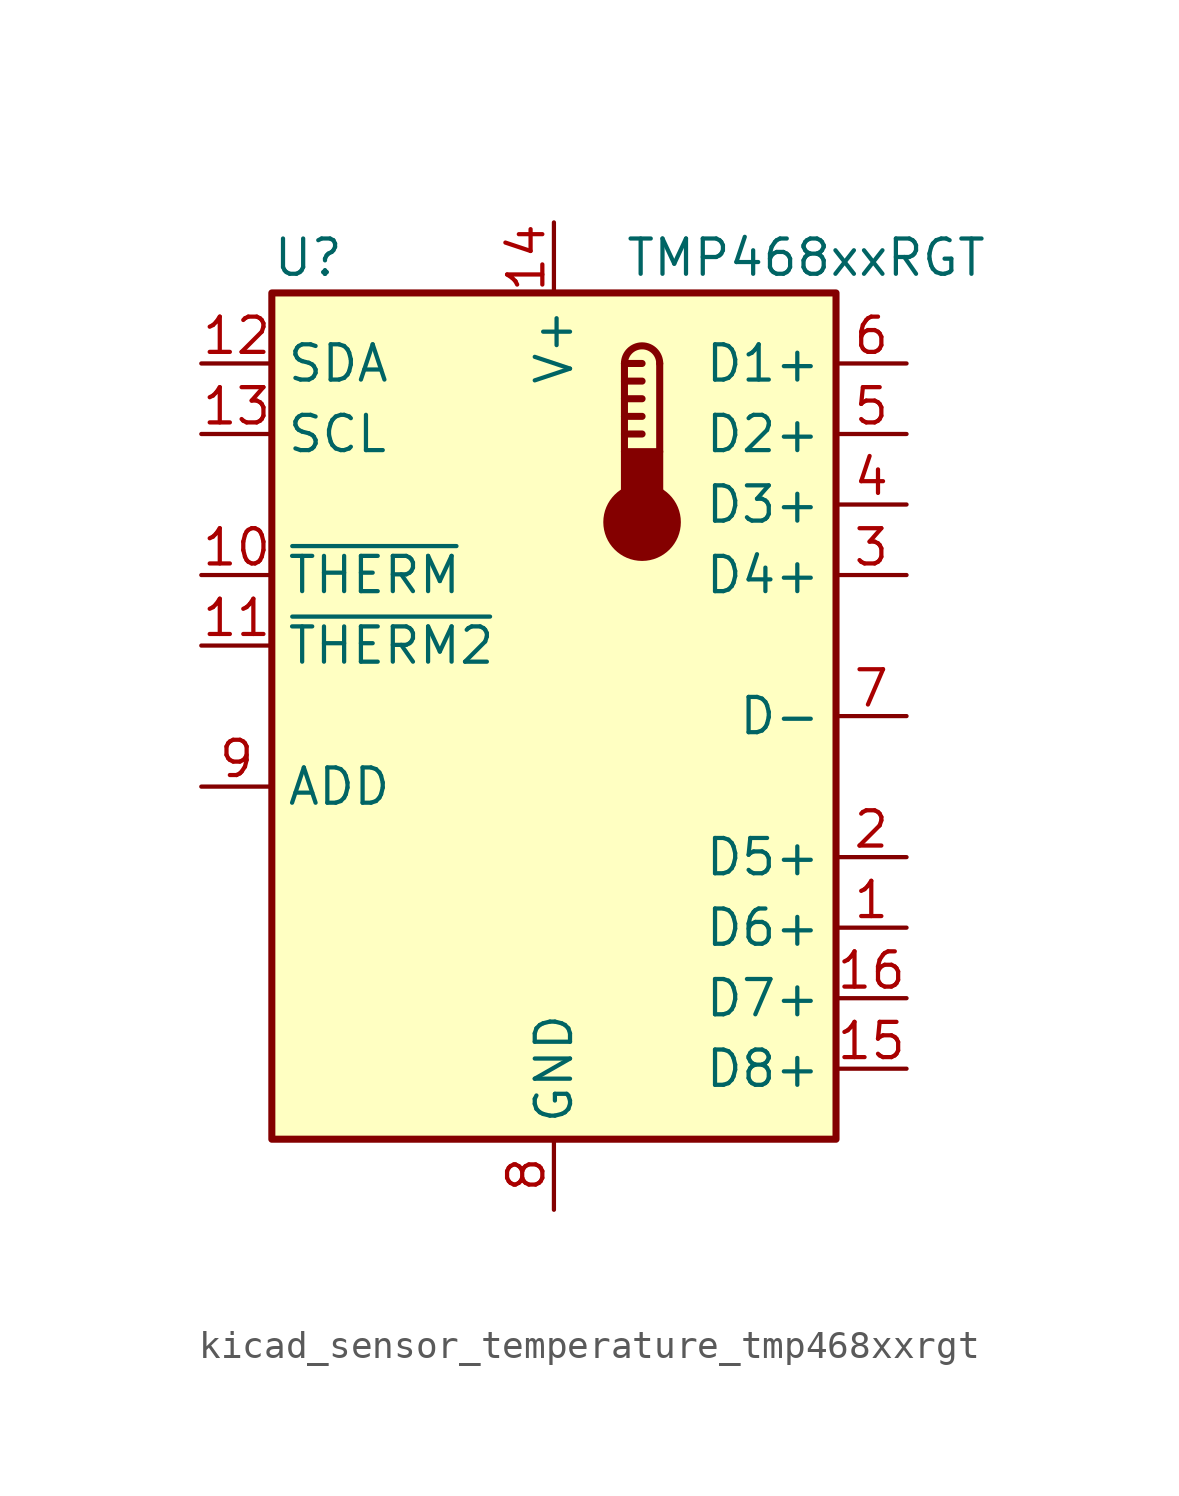
<source format=kicad_sym>
(kicad_symbol_lib
  (version 20220914)
  (generator kicad_symbol_editor)
  (symbol "kicad_sensor_temperature_tmp468xxrgt"
    (property "Reference" "U"
      (at -10.16 16.51 0)
      (effects (font (size 1.27 1.27)) (justify left)))
    (property "Value" "TMP468xxRGT"
      (at 2.54 16.51 0)
      (effects (font (size 1.27 1.27)) (justify left)))
    (symbol "kicad_sensor_temperature_tmp468xxrgt_0_1"
      (rectangle (start -10.16 15.24) (end 10.16 -15.24) (stroke (width 0.254) (type default)) (fill (type background))))
    (symbol "kicad_sensor_temperature_tmp468xxrgt_1_1"
      (polyline (pts (xy 2.54 10.16) (xy 3.175 10.16)) (stroke (width 0.254) (type default)) (fill (type none)))
      (polyline (pts (xy 2.54 10.795) (xy 3.175 10.795)) (stroke (width 0.254) (type default)) (fill (type none)))
      (polyline (pts (xy 2.54 11.43) (xy 3.175 11.43)) (stroke (width 0.254) (type default)) (fill (type none)))
      (polyline (pts (xy 2.54 12.065) (xy 3.175 12.065)) (stroke (width 0.254) (type default)) (fill (type none)))
      (polyline (pts (xy 2.54 12.7) (xy 2.54 9.525)) (stroke (width 0.254) (type default)) (fill (type none)))
      (polyline (pts (xy 2.54 12.7) (xy 3.175 12.7)) (stroke (width 0.254) (type default)) (fill (type none)))
      (polyline (pts (xy 3.81 12.7) (xy 3.81 9.525)) (stroke (width 0.254) (type default)) (fill (type none)))
      (circle (center 3.175 6.985) (radius 1.27) (stroke (width 0.254) (type default)) (fill (type outline)))
      (rectangle (start 3.81 7.62) (end 2.54 9.525) (stroke (width 0.254) (type default)) (fill (type outline)))
      (arc (start 3.81 12.7) (mid 3.175 13.3323) (end 2.54 12.7) (stroke (width 0.254) (type default)) (fill (type none)))
      (pin passive line (at 12.7 -7.62 180) (length 2.54) (name "D6+" (effects (font (size 1.27 1.27)))) (number "1" (effects (font (size 1.27 1.27)))))
      (pin open_collector line (at -12.7 5.08 0) (length 2.54) (name "~{THERM}" (effects (font (size 1.27 1.27)))) (number "10" (effects (font (size 1.27 1.27)))))
      (pin open_collector line (at -12.7 2.54 0) (length 2.54) (name "~{THERM2}" (effects (font (size 1.27 1.27)))) (number "11" (effects (font (size 1.27 1.27)))))
      (pin bidirectional line (at -12.7 12.7 0) (length 2.54) (name "SDA" (effects (font (size 1.27 1.27)))) (number "12" (effects (font (size 1.27 1.27)))))
      (pin input line (at -12.7 10.16 0) (length 2.54) (name "SCL" (effects (font (size 1.27 1.27)))) (number "13" (effects (font (size 1.27 1.27)))))
      (pin power_in line (at 0 17.78 270) (length 2.54) (name "V+" (effects (font (size 1.27 1.27)))) (number "14" (effects (font (size 1.27 1.27)))))
      (pin passive line (at 12.7 -12.7 180) (length 2.54) (name "D8+" (effects (font (size 1.27 1.27)))) (number "15" (effects (font (size 1.27 1.27)))))
      (pin passive line (at 12.7 -10.16 180) (length 2.54) (name "D7+" (effects (font (size 1.27 1.27)))) (number "16" (effects (font (size 1.27 1.27)))))
      (pin passive line (at 0 -17.78 90) (length 2.54) hide (name "GND" (effects (font (size 1.27 1.27)))) (number "17" (effects (font (size 1.27 1.27)))))
      (pin passive line (at 12.7 -5.08 180) (length 2.54) (name "D5+" (effects (font (size 1.27 1.27)))) (number "2" (effects (font (size 1.27 1.27)))))
      (pin passive line (at 12.7 5.08 180) (length 2.54) (name "D4+" (effects (font (size 1.27 1.27)))) (number "3" (effects (font (size 1.27 1.27)))))
      (pin passive line (at 12.7 7.62 180) (length 2.54) (name "D3+" (effects (font (size 1.27 1.27)))) (number "4" (effects (font (size 1.27 1.27)))))
      (pin passive line (at 12.7 10.16 180) (length 2.54) (name "D2+" (effects (font (size 1.27 1.27)))) (number "5" (effects (font (size 1.27 1.27)))))
      (pin passive line (at 12.7 12.7 180) (length 2.54) (name "D1+" (effects (font (size 1.27 1.27)))) (number "6" (effects (font (size 1.27 1.27)))))
      (pin passive line (at 12.7 0 180) (length 2.54) (name "D-" (effects (font (size 1.27 1.27)))) (number "7" (effects (font (size 1.27 1.27)))))
      (pin power_in line (at 0 -17.78 90) (length 2.54) (name "GND" (effects (font (size 1.27 1.27)))) (number "8" (effects (font (size 1.27 1.27)))))
      (pin passive line (at -12.7 -2.54 0) (length 2.54) (name "ADD" (effects (font (size 1.27 1.27)))) (number "9" (effects (font (size 1.27 1.27))))))))
</source>
